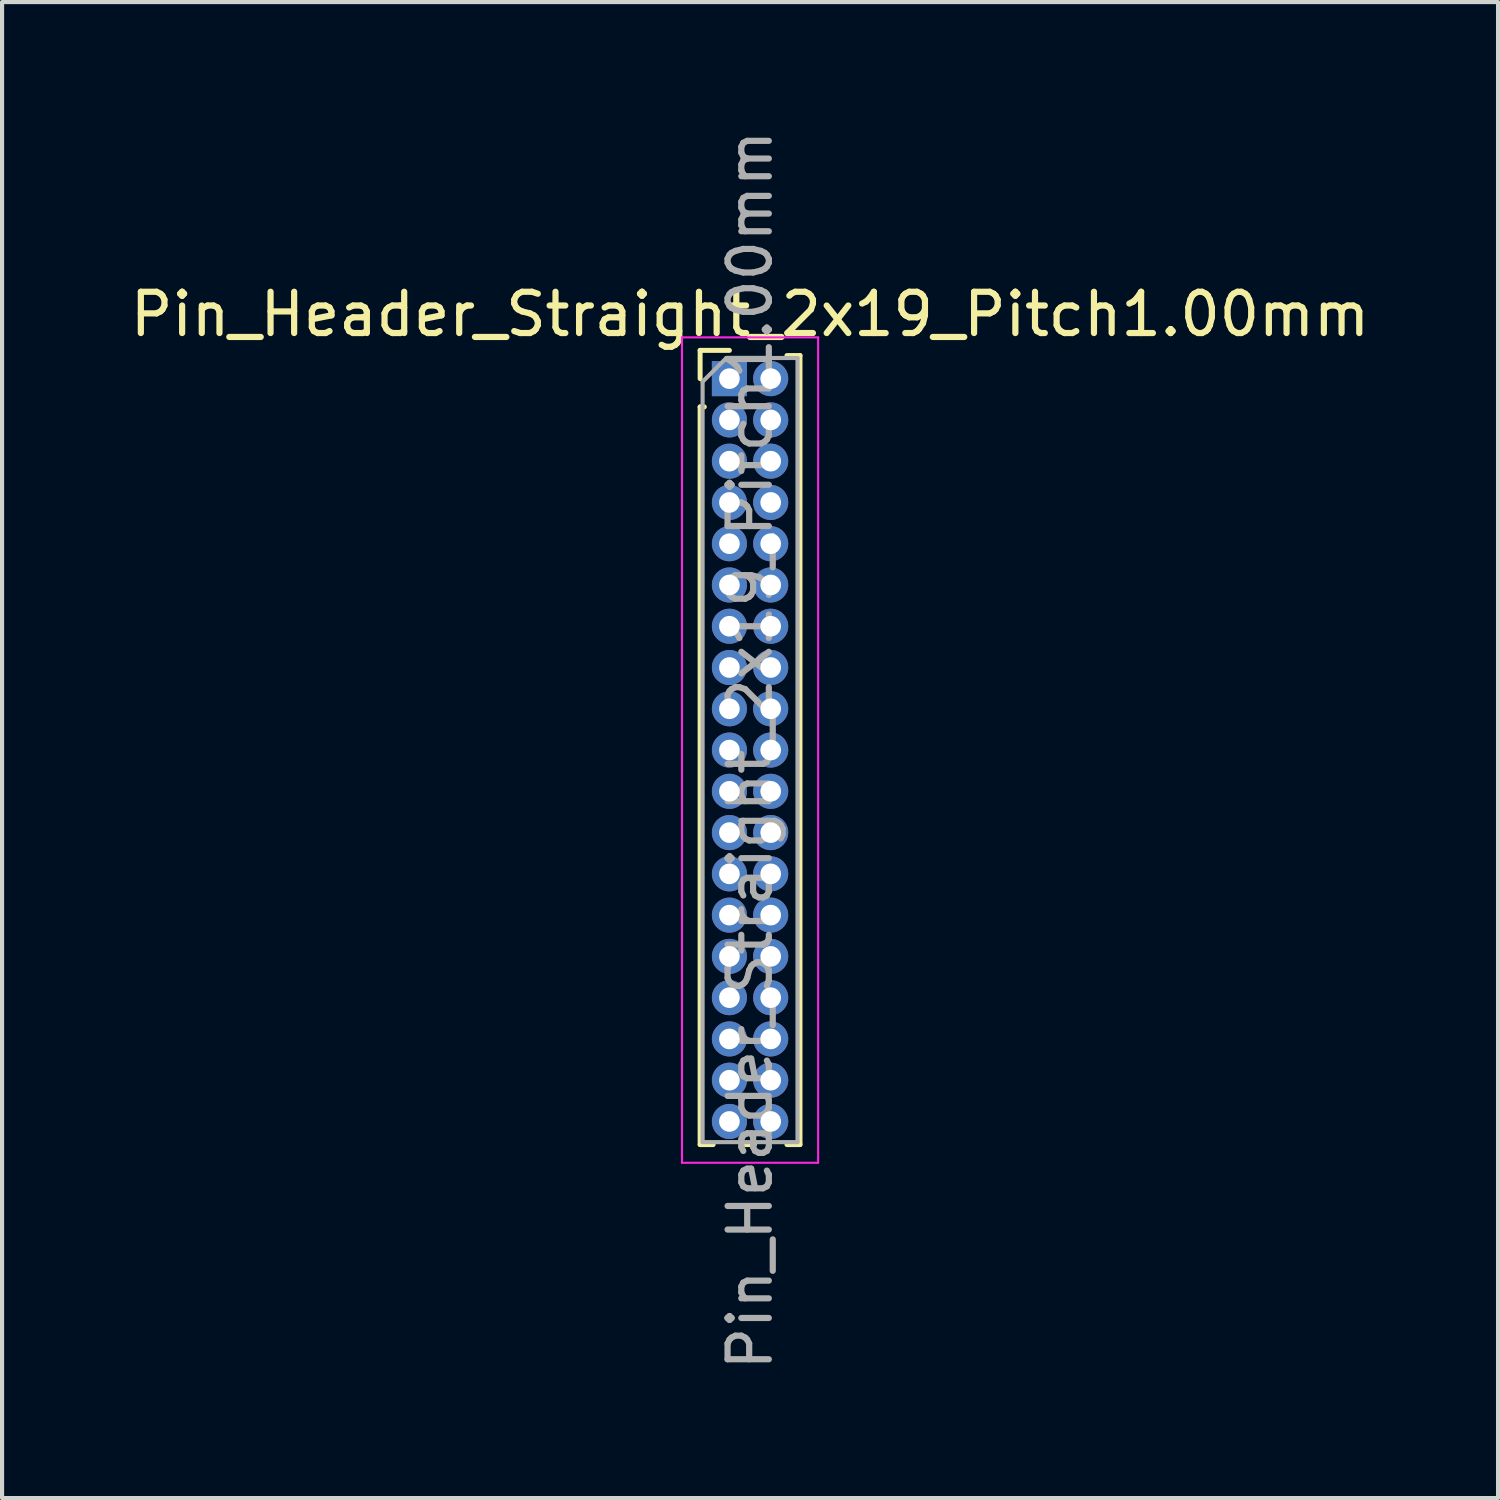
<source format=kicad_pcb>
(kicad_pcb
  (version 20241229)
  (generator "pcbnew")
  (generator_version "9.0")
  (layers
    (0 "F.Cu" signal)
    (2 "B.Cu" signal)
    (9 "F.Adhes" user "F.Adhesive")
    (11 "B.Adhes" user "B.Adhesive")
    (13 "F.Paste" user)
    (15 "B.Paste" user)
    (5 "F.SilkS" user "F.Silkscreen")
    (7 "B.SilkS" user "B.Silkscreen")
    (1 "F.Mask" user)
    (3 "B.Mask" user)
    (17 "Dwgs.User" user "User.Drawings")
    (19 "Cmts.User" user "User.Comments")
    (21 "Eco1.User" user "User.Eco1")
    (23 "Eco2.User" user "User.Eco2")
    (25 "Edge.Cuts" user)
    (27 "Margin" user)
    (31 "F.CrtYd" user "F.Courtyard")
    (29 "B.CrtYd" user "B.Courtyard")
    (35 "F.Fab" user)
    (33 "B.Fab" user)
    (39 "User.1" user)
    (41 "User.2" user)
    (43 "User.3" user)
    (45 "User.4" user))
  (footprint "Pin_Header_Straight_2x19_Pitch1.00mm"
    (layer "F.Cu")
    (at 14.625 6.125)
    (property "Reference" "Pin_Header_Straight_2x19_Pitch1.00mm" (at 0.5 -1.56 0) (layer "F.SilkS") (effects (font (size 1 1) (thickness 0.15))))
    (attr through_hole)
    (fp_line (start -0.71 -0.685) (end 0 -0.685) (stroke (width 0.12) (type solid)) (layer "F.SilkS"))
    (fp_line (start -0.71 0) (end -0.71 -0.685) (stroke (width 0.12) (type solid)) (layer "F.SilkS"))
    (fp_line (start -0.71 0.685) (end -0.71 18.56) (stroke (width 0.12) (type solid)) (layer "F.SilkS"))
    (fp_line (start -0.71 0.685) (end -0.608 0.685) (stroke (width 0.12) (type solid)) (layer "F.SilkS"))
    (fp_line (start -0.71 18.56) (end -0.394 18.56) (stroke (width 0.12) (type solid)) (layer "F.SilkS"))
    (fp_line (start 0.394 18.56) (end 0.606 18.56) (stroke (width 0.12) (type solid)) (layer "F.SilkS"))
    (fp_line (start 1.394 -0.56) (end 1.71 -0.56) (stroke (width 0.12) (type solid)) (layer "F.SilkS"))
    (fp_line (start 1.394 18.56) (end 1.71 18.56) (stroke (width 0.12) (type solid)) (layer "F.SilkS"))
    (fp_line (start 1.71 -0.56) (end 1.71 18.56) (stroke (width 0.12) (type solid)) (layer "F.SilkS"))
    (fp_line (start -1.15 -1) (end -1.15 19) (stroke (width 0.05) (type solid)) (layer "F.CrtYd"))
    (fp_line (start -1.15 19) (end 2.15 19) (stroke (width 0.05) (type solid)) (layer "F.CrtYd"))
    (fp_line (start 2.15 -1) (end -1.15 -1) (stroke (width 0.05) (type solid)) (layer "F.CrtYd"))
    (fp_line (start 2.15 19) (end 2.15 -1) (stroke (width 0.05) (type solid)) (layer "F.CrtYd"))
    (fp_line (start -0.65 0.075) (end -0.075 -0.5) (stroke (width 0.1) (type solid)) (layer "F.Fab"))
    (fp_line (start -0.65 18.5) (end -0.65 0.075) (stroke (width 0.1) (type solid)) (layer "F.Fab"))
    (fp_line (start -0.075 -0.5) (end 1.65 -0.5) (stroke (width 0.1) (type solid)) (layer "F.Fab"))
    (fp_line (start 1.65 -0.5) (end 1.65 18.5) (stroke (width 0.1) (type solid)) (layer "F.Fab"))
    (fp_line (start 1.65 18.5) (end -0.65 18.5) (stroke (width 0.1) (type solid)) (layer "F.Fab"))
    (fp_text user "${REFERENCE}" (at 0.5 9 90) (layer "F.Fab") (effects (font (size 1 1) (thickness 0.15))))
    (pad "1" thru_hole rect (at 0 0) (size 0.85 0.85) (drill 0.5) (layers "*.Cu" "*.Mask"))
    (pad "2" thru_hole oval (at 1 0) (size 0.85 0.85) (drill 0.5) (layers "*.Cu" "*.Mask"))
    (pad "3" thru_hole oval (at 0 1) (size 0.85 0.85) (drill 0.5) (layers "*.Cu" "*.Mask"))
    (pad "4" thru_hole oval (at 1 1) (size 0.85 0.85) (drill 0.5) (layers "*.Cu" "*.Mask"))
    (pad "5" thru_hole oval (at 0 2) (size 0.85 0.85) (drill 0.5) (layers "*.Cu" "*.Mask"))
    (pad "6" thru_hole oval (at 1 2) (size 0.85 0.85) (drill 0.5) (layers "*.Cu" "*.Mask"))
    (pad "7" thru_hole oval (at 0 3) (size 0.85 0.85) (drill 0.5) (layers "*.Cu" "*.Mask"))
    (pad "8" thru_hole oval (at 1 3) (size 0.85 0.85) (drill 0.5) (layers "*.Cu" "*.Mask"))
    (pad "9" thru_hole oval (at 0 4) (size 0.85 0.85) (drill 0.5) (layers "*.Cu" "*.Mask"))
    (pad "10" thru_hole oval (at 1 4) (size 0.85 0.85) (drill 0.5) (layers "*.Cu" "*.Mask"))
    (pad "11" thru_hole oval (at 0 5) (size 0.85 0.85) (drill 0.5) (layers "*.Cu" "*.Mask"))
    (pad "12" thru_hole oval (at 1 5) (size 0.85 0.85) (drill 0.5) (layers "*.Cu" "*.Mask"))
    (pad "13" thru_hole oval (at 0 6) (size 0.85 0.85) (drill 0.5) (layers "*.Cu" "*.Mask"))
    (pad "14" thru_hole oval (at 1 6) (size 0.85 0.85) (drill 0.5) (layers "*.Cu" "*.Mask"))
    (pad "15" thru_hole oval (at 0 7) (size 0.85 0.85) (drill 0.5) (layers "*.Cu" "*.Mask"))
    (pad "16" thru_hole oval (at 1 7) (size 0.85 0.85) (drill 0.5) (layers "*.Cu" "*.Mask"))
    (pad "17" thru_hole oval (at 0 8) (size 0.85 0.85) (drill 0.5) (layers "*.Cu" "*.Mask"))
    (pad "18" thru_hole oval (at 1 8) (size 0.85 0.85) (drill 0.5) (layers "*.Cu" "*.Mask"))
    (pad "19" thru_hole oval (at 0 9) (size 0.85 0.85) (drill 0.5) (layers "*.Cu" "*.Mask"))
    (pad "20" thru_hole oval (at 1 9) (size 0.85 0.85) (drill 0.5) (layers "*.Cu" "*.Mask"))
    (pad "21" thru_hole oval (at 0 10) (size 0.85 0.85) (drill 0.5) (layers "*.Cu" "*.Mask"))
    (pad "22" thru_hole oval (at 1 10) (size 0.85 0.85) (drill 0.5) (layers "*.Cu" "*.Mask"))
    (pad "23" thru_hole oval (at 0 11) (size 0.85 0.85) (drill 0.5) (layers "*.Cu" "*.Mask"))
    (pad "24" thru_hole oval (at 1 11) (size 0.85 0.85) (drill 0.5) (layers "*.Cu" "*.Mask"))
    (pad "25" thru_hole oval (at 0 12) (size 0.85 0.85) (drill 0.5) (layers "*.Cu" "*.Mask"))
    (pad "26" thru_hole oval (at 1 12) (size 0.85 0.85) (drill 0.5) (layers "*.Cu" "*.Mask"))
    (pad "27" thru_hole oval (at 0 13) (size 0.85 0.85) (drill 0.5) (layers "*.Cu" "*.Mask"))
    (pad "28" thru_hole oval (at 1 13) (size 0.85 0.85) (drill 0.5) (layers "*.Cu" "*.Mask"))
    (pad "29" thru_hole oval (at 0 14) (size 0.85 0.85) (drill 0.5) (layers "*.Cu" "*.Mask"))
    (pad "30" thru_hole oval (at 1 14) (size 0.85 0.85) (drill 0.5) (layers "*.Cu" "*.Mask"))
    (pad "31" thru_hole oval (at 0 15) (size 0.85 0.85) (drill 0.5) (layers "*.Cu" "*.Mask"))
    (pad "32" thru_hole oval (at 1 15) (size 0.85 0.85) (drill 0.5) (layers "*.Cu" "*.Mask"))
    (pad "33" thru_hole oval (at 0 16) (size 0.85 0.85) (drill 0.5) (layers "*.Cu" "*.Mask"))
    (pad "34" thru_hole oval (at 1 16) (size 0.85 0.85) (drill 0.5) (layers "*.Cu" "*.Mask"))
    (pad "35" thru_hole oval (at 0 17) (size 0.85 0.85) (drill 0.5) (layers "*.Cu" "*.Mask"))
    (pad "36" thru_hole oval (at 1 17) (size 0.85 0.85) (drill 0.5) (layers "*.Cu" "*.Mask"))
    (pad "37" thru_hole oval (at 0 18) (size 0.85 0.85) (drill 0.5) (layers "*.Cu" "*.Mask"))
    (pad "38" thru_hole oval (at 1 18) (size 0.85 0.85) (drill 0.5) (layers "*.Cu" "*.Mask")))
  (gr_rect
    (start -3 -3)
    (end 33.25 33.25)
    (stroke (width 0.1) (type default))
    (fill no)
    (layer "Edge.Cuts")))
</source>
